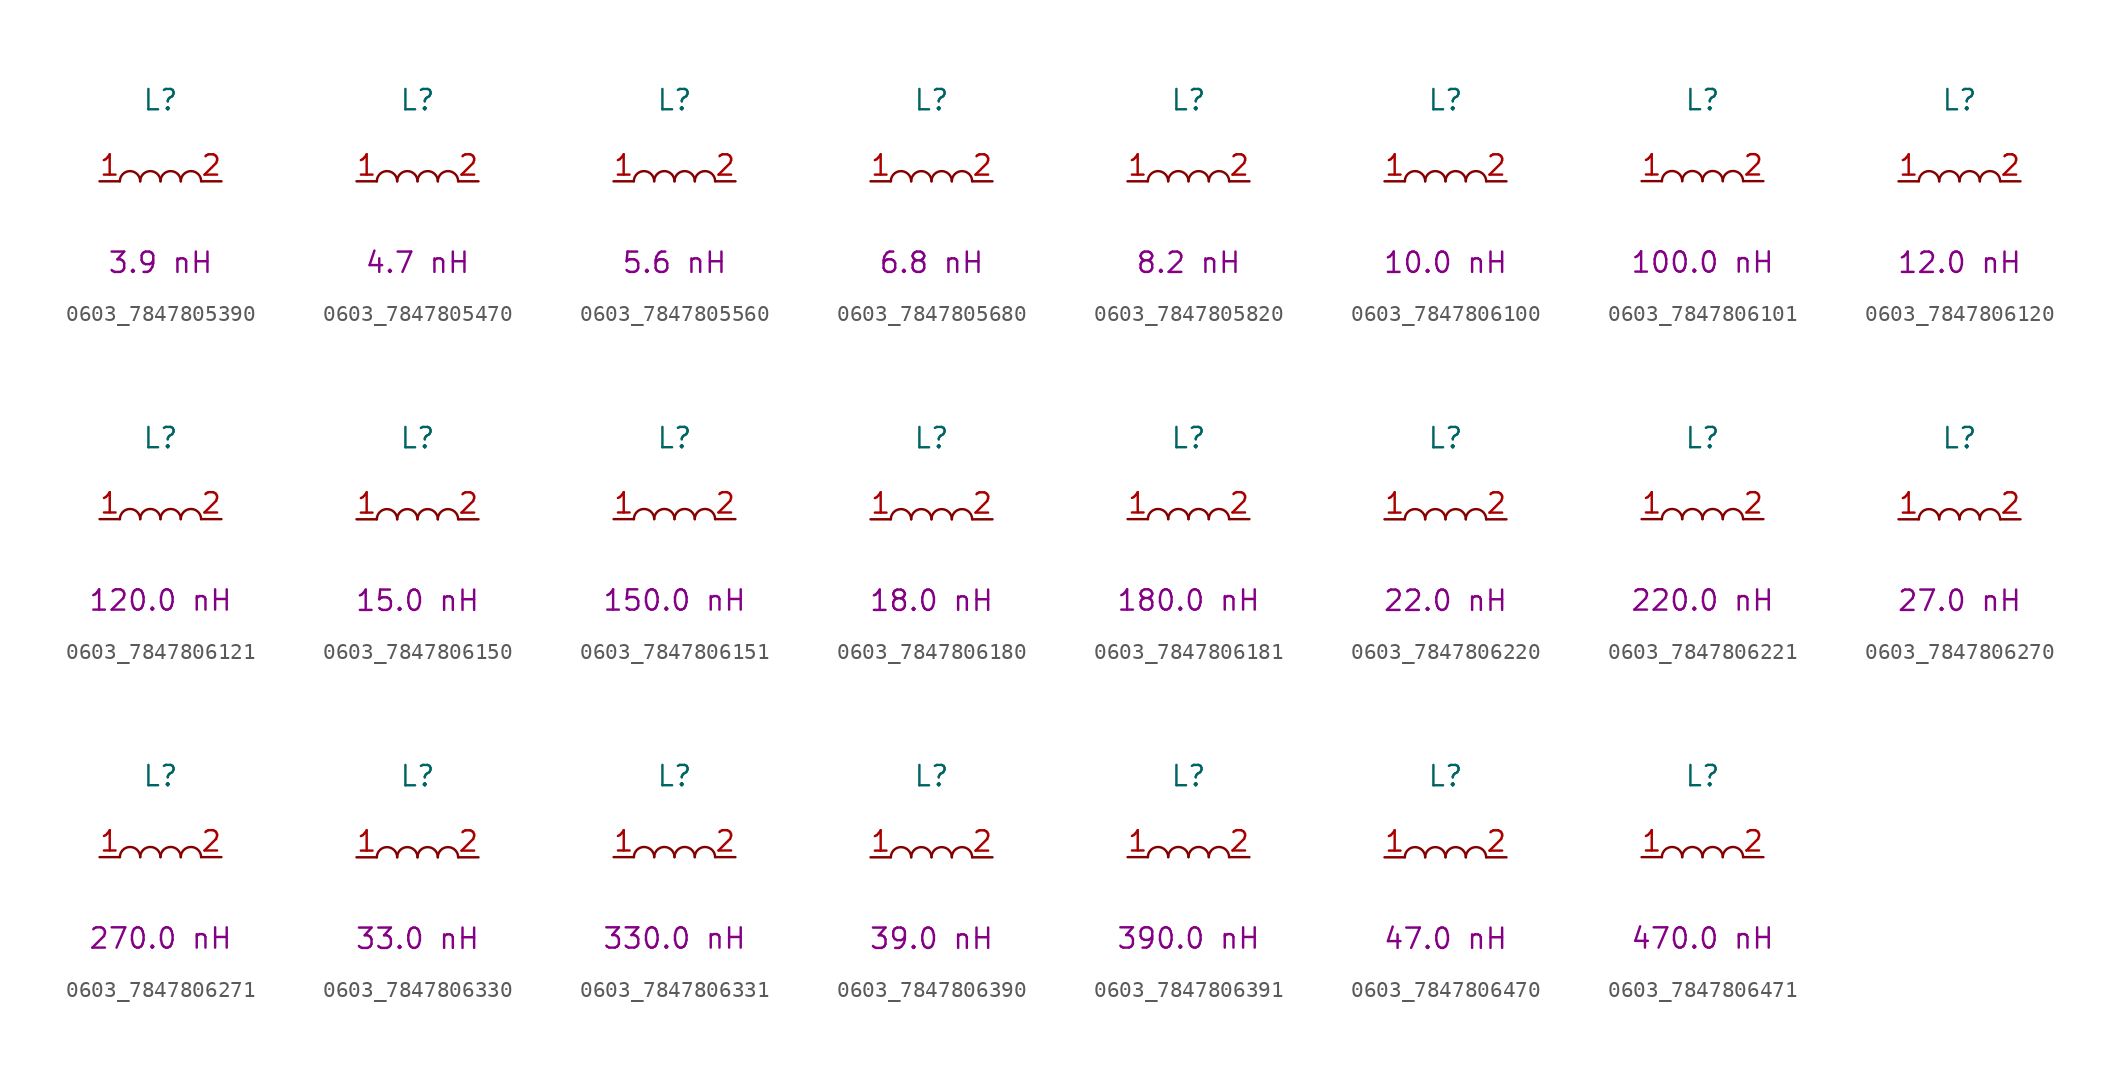
<source format=kicad_sym>
(kicad_symbol_lib
  (version 20220914)
  (generator kicad_symbol_editor)
  (symbol "0603_7847805390"
    (pin_names hide)
    (property "Reference" "L"
      (at 0 5.08 0)
      (effects (font (size 1.27 1.27))))
    (property "Critical Parameter" "3.9 nH"
      (at 0 -5.08 0)
      (effects (font (size 1.27 1.27))))
    (symbol "0603_7847805390_0_1"
      (arc (start -1.27 0) (mid -1.905 0.6323) (end -2.54 0) (stroke (width 0) (type default)) (fill (type none)))
      (arc (start 0 0) (mid -0.635 0.6323) (end -1.27 0) (stroke (width 0) (type default)) (fill (type none)))
      (arc (start 1.27 0) (mid 0.635 0.6323) (end 0 0) (stroke (width 0) (type default)) (fill (type none)))
      (arc (start 2.54 0) (mid 1.905 0.6323) (end 1.27 0) (stroke (width 0) (type default)) (fill (type none))))
    (symbol "0603_7847805390_1_1"
      (pin passive line (at -3.81 0 0) (length 1.27) (name "1" (effects (font (size 1.27 1.27)))) (number "1" (effects (font (size 1.27 1.27)))))
      (pin passive line (at 3.81 0 180) (length 1.27) (name "2" (effects (font (size 1.27 1.27)))) (number "2" (effects (font (size 1.27 1.27)))))))
  (symbol "0603_7847805470"
    (pin_names hide)
    (property "Reference" "L"
      (at 0 5.08 0)
      (effects (font (size 1.27 1.27))))
    (property "Critical Parameter" "4.7 nH"
      (at 0 -5.08 0)
      (effects (font (size 1.27 1.27))))
    (symbol "0603_7847805470_0_1"
      (arc (start -1.27 0) (mid -1.905 0.6323) (end -2.54 0) (stroke (width 0) (type default)) (fill (type none)))
      (arc (start 0 0) (mid -0.635 0.6323) (end -1.27 0) (stroke (width 0) (type default)) (fill (type none)))
      (arc (start 1.27 0) (mid 0.635 0.6323) (end 0 0) (stroke (width 0) (type default)) (fill (type none)))
      (arc (start 2.54 0) (mid 1.905 0.6323) (end 1.27 0) (stroke (width 0) (type default)) (fill (type none))))
    (symbol "0603_7847805470_1_1"
      (pin passive line (at -3.81 0 0) (length 1.27) (name "1" (effects (font (size 1.27 1.27)))) (number "1" (effects (font (size 1.27 1.27)))))
      (pin passive line (at 3.81 0 180) (length 1.27) (name "2" (effects (font (size 1.27 1.27)))) (number "2" (effects (font (size 1.27 1.27)))))))
  (symbol "0603_7847805560"
    (pin_names hide)
    (property "Reference" "L"
      (at 0 5.08 0)
      (effects (font (size 1.27 1.27))))
    (property "Critical Parameter" "5.6 nH"
      (at 0 -5.08 0)
      (effects (font (size 1.27 1.27))))
    (symbol "0603_7847805560_0_1"
      (arc (start -1.27 0) (mid -1.905 0.6323) (end -2.54 0) (stroke (width 0) (type default)) (fill (type none)))
      (arc (start 0 0) (mid -0.635 0.6323) (end -1.27 0) (stroke (width 0) (type default)) (fill (type none)))
      (arc (start 1.27 0) (mid 0.635 0.6323) (end 0 0) (stroke (width 0) (type default)) (fill (type none)))
      (arc (start 2.54 0) (mid 1.905 0.6323) (end 1.27 0) (stroke (width 0) (type default)) (fill (type none))))
    (symbol "0603_7847805560_1_1"
      (pin passive line (at -3.81 0 0) (length 1.27) (name "1" (effects (font (size 1.27 1.27)))) (number "1" (effects (font (size 1.27 1.27)))))
      (pin passive line (at 3.81 0 180) (length 1.27) (name "2" (effects (font (size 1.27 1.27)))) (number "2" (effects (font (size 1.27 1.27)))))))
  (symbol "0603_7847805680"
    (pin_names hide)
    (property "Reference" "L"
      (at 0 5.08 0)
      (effects (font (size 1.27 1.27))))
    (property "Critical Parameter" "6.8 nH"
      (at 0 -5.08 0)
      (effects (font (size 1.27 1.27))))
    (symbol "0603_7847805680_0_1"
      (arc (start -1.27 0) (mid -1.905 0.6323) (end -2.54 0) (stroke (width 0) (type default)) (fill (type none)))
      (arc (start 0 0) (mid -0.635 0.6323) (end -1.27 0) (stroke (width 0) (type default)) (fill (type none)))
      (arc (start 1.27 0) (mid 0.635 0.6323) (end 0 0) (stroke (width 0) (type default)) (fill (type none)))
      (arc (start 2.54 0) (mid 1.905 0.6323) (end 1.27 0) (stroke (width 0) (type default)) (fill (type none))))
    (symbol "0603_7847805680_1_1"
      (pin passive line (at -3.81 0 0) (length 1.27) (name "1" (effects (font (size 1.27 1.27)))) (number "1" (effects (font (size 1.27 1.27)))))
      (pin passive line (at 3.81 0 180) (length 1.27) (name "2" (effects (font (size 1.27 1.27)))) (number "2" (effects (font (size 1.27 1.27)))))))
  (symbol "0603_7847805820"
    (pin_names hide)
    (property "Reference" "L"
      (at 0 5.08 0)
      (effects (font (size 1.27 1.27))))
    (property "Critical Parameter" "8.2 nH"
      (at 0 -5.08 0)
      (effects (font (size 1.27 1.27))))
    (symbol "0603_7847805820_0_1"
      (arc (start -1.27 0) (mid -1.905 0.6323) (end -2.54 0) (stroke (width 0) (type default)) (fill (type none)))
      (arc (start 0 0) (mid -0.635 0.6323) (end -1.27 0) (stroke (width 0) (type default)) (fill (type none)))
      (arc (start 1.27 0) (mid 0.635 0.6323) (end 0 0) (stroke (width 0) (type default)) (fill (type none)))
      (arc (start 2.54 0) (mid 1.905 0.6323) (end 1.27 0) (stroke (width 0) (type default)) (fill (type none))))
    (symbol "0603_7847805820_1_1"
      (pin passive line (at -3.81 0 0) (length 1.27) (name "1" (effects (font (size 1.27 1.27)))) (number "1" (effects (font (size 1.27 1.27)))))
      (pin passive line (at 3.81 0 180) (length 1.27) (name "2" (effects (font (size 1.27 1.27)))) (number "2" (effects (font (size 1.27 1.27)))))))
  (symbol "0603_7847806100"
    (pin_names hide)
    (property "Reference" "L"
      (at 0 5.08 0)
      (effects (font (size 1.27 1.27))))
    (property "Critical Parameter" "10.0 nH"
      (at 0 -5.08 0)
      (effects (font (size 1.27 1.27))))
    (symbol "0603_7847806100_0_1"
      (arc (start -1.27 0) (mid -1.905 0.6323) (end -2.54 0) (stroke (width 0) (type default)) (fill (type none)))
      (arc (start 0 0) (mid -0.635 0.6323) (end -1.27 0) (stroke (width 0) (type default)) (fill (type none)))
      (arc (start 1.27 0) (mid 0.635 0.6323) (end 0 0) (stroke (width 0) (type default)) (fill (type none)))
      (arc (start 2.54 0) (mid 1.905 0.6323) (end 1.27 0) (stroke (width 0) (type default)) (fill (type none))))
    (symbol "0603_7847806100_1_1"
      (pin passive line (at -3.81 0 0) (length 1.27) (name "1" (effects (font (size 1.27 1.27)))) (number "1" (effects (font (size 1.27 1.27)))))
      (pin passive line (at 3.81 0 180) (length 1.27) (name "2" (effects (font (size 1.27 1.27)))) (number "2" (effects (font (size 1.27 1.27)))))))
  (symbol "0603_7847806101"
    (pin_names hide)
    (property "Reference" "L"
      (at 0 5.08 0)
      (effects (font (size 1.27 1.27))))
    (property "Critical Parameter" "100.0 nH"
      (at 0 -5.08 0)
      (effects (font (size 1.27 1.27))))
    (symbol "0603_7847806101_0_1"
      (arc (start -1.27 0) (mid -1.905 0.6323) (end -2.54 0) (stroke (width 0) (type default)) (fill (type none)))
      (arc (start 0 0) (mid -0.635 0.6323) (end -1.27 0) (stroke (width 0) (type default)) (fill (type none)))
      (arc (start 1.27 0) (mid 0.635 0.6323) (end 0 0) (stroke (width 0) (type default)) (fill (type none)))
      (arc (start 2.54 0) (mid 1.905 0.6323) (end 1.27 0) (stroke (width 0) (type default)) (fill (type none))))
    (symbol "0603_7847806101_1_1"
      (pin passive line (at -3.81 0 0) (length 1.27) (name "1" (effects (font (size 1.27 1.27)))) (number "1" (effects (font (size 1.27 1.27)))))
      (pin passive line (at 3.81 0 180) (length 1.27) (name "2" (effects (font (size 1.27 1.27)))) (number "2" (effects (font (size 1.27 1.27)))))))
  (symbol "0603_7847806120"
    (pin_names hide)
    (property "Reference" "L"
      (at 0 5.08 0)
      (effects (font (size 1.27 1.27))))
    (property "Critical Parameter" "12.0 nH"
      (at 0 -5.08 0)
      (effects (font (size 1.27 1.27))))
    (symbol "0603_7847806120_0_1"
      (arc (start -1.27 0) (mid -1.905 0.6323) (end -2.54 0) (stroke (width 0) (type default)) (fill (type none)))
      (arc (start 0 0) (mid -0.635 0.6323) (end -1.27 0) (stroke (width 0) (type default)) (fill (type none)))
      (arc (start 1.27 0) (mid 0.635 0.6323) (end 0 0) (stroke (width 0) (type default)) (fill (type none)))
      (arc (start 2.54 0) (mid 1.905 0.6323) (end 1.27 0) (stroke (width 0) (type default)) (fill (type none))))
    (symbol "0603_7847806120_1_1"
      (pin passive line (at -3.81 0 0) (length 1.27) (name "1" (effects (font (size 1.27 1.27)))) (number "1" (effects (font (size 1.27 1.27)))))
      (pin passive line (at 3.81 0 180) (length 1.27) (name "2" (effects (font (size 1.27 1.27)))) (number "2" (effects (font (size 1.27 1.27)))))))
  (symbol "0603_7847806121"
    (pin_names hide)
    (property "Reference" "L"
      (at 0 5.08 0)
      (effects (font (size 1.27 1.27))))
    (property "Critical Parameter" "120.0 nH"
      (at 0 -5.08 0)
      (effects (font (size 1.27 1.27))))
    (symbol "0603_7847806121_0_1"
      (arc (start -1.27 0) (mid -1.905 0.6323) (end -2.54 0) (stroke (width 0) (type default)) (fill (type none)))
      (arc (start 0 0) (mid -0.635 0.6323) (end -1.27 0) (stroke (width 0) (type default)) (fill (type none)))
      (arc (start 1.27 0) (mid 0.635 0.6323) (end 0 0) (stroke (width 0) (type default)) (fill (type none)))
      (arc (start 2.54 0) (mid 1.905 0.6323) (end 1.27 0) (stroke (width 0) (type default)) (fill (type none))))
    (symbol "0603_7847806121_1_1"
      (pin passive line (at -3.81 0 0) (length 1.27) (name "1" (effects (font (size 1.27 1.27)))) (number "1" (effects (font (size 1.27 1.27)))))
      (pin passive line (at 3.81 0 180) (length 1.27) (name "2" (effects (font (size 1.27 1.27)))) (number "2" (effects (font (size 1.27 1.27)))))))
  (symbol "0603_7847806150"
    (pin_names hide)
    (property "Reference" "L"
      (at 0 5.08 0)
      (effects (font (size 1.27 1.27))))
    (property "Critical Parameter" "15.0 nH"
      (at 0 -5.08 0)
      (effects (font (size 1.27 1.27))))
    (symbol "0603_7847806150_0_1"
      (arc (start -1.27 0) (mid -1.905 0.6323) (end -2.54 0) (stroke (width 0) (type default)) (fill (type none)))
      (arc (start 0 0) (mid -0.635 0.6323) (end -1.27 0) (stroke (width 0) (type default)) (fill (type none)))
      (arc (start 1.27 0) (mid 0.635 0.6323) (end 0 0) (stroke (width 0) (type default)) (fill (type none)))
      (arc (start 2.54 0) (mid 1.905 0.6323) (end 1.27 0) (stroke (width 0) (type default)) (fill (type none))))
    (symbol "0603_7847806150_1_1"
      (pin passive line (at -3.81 0 0) (length 1.27) (name "1" (effects (font (size 1.27 1.27)))) (number "1" (effects (font (size 1.27 1.27)))))
      (pin passive line (at 3.81 0 180) (length 1.27) (name "2" (effects (font (size 1.27 1.27)))) (number "2" (effects (font (size 1.27 1.27)))))))
  (symbol "0603_7847806151"
    (pin_names hide)
    (property "Reference" "L"
      (at 0 5.08 0)
      (effects (font (size 1.27 1.27))))
    (property "Critical Parameter" "150.0 nH"
      (at 0 -5.08 0)
      (effects (font (size 1.27 1.27))))
    (symbol "0603_7847806151_0_1"
      (arc (start -1.27 0) (mid -1.905 0.6323) (end -2.54 0) (stroke (width 0) (type default)) (fill (type none)))
      (arc (start 0 0) (mid -0.635 0.6323) (end -1.27 0) (stroke (width 0) (type default)) (fill (type none)))
      (arc (start 1.27 0) (mid 0.635 0.6323) (end 0 0) (stroke (width 0) (type default)) (fill (type none)))
      (arc (start 2.54 0) (mid 1.905 0.6323) (end 1.27 0) (stroke (width 0) (type default)) (fill (type none))))
    (symbol "0603_7847806151_1_1"
      (pin passive line (at -3.81 0 0) (length 1.27) (name "1" (effects (font (size 1.27 1.27)))) (number "1" (effects (font (size 1.27 1.27)))))
      (pin passive line (at 3.81 0 180) (length 1.27) (name "2" (effects (font (size 1.27 1.27)))) (number "2" (effects (font (size 1.27 1.27)))))))
  (symbol "0603_7847806180"
    (pin_names hide)
    (property "Reference" "L"
      (at 0 5.08 0)
      (effects (font (size 1.27 1.27))))
    (property "Critical Parameter" "18.0 nH"
      (at 0 -5.08 0)
      (effects (font (size 1.27 1.27))))
    (symbol "0603_7847806180_0_1"
      (arc (start -1.27 0) (mid -1.905 0.6323) (end -2.54 0) (stroke (width 0) (type default)) (fill (type none)))
      (arc (start 0 0) (mid -0.635 0.6323) (end -1.27 0) (stroke (width 0) (type default)) (fill (type none)))
      (arc (start 1.27 0) (mid 0.635 0.6323) (end 0 0) (stroke (width 0) (type default)) (fill (type none)))
      (arc (start 2.54 0) (mid 1.905 0.6323) (end 1.27 0) (stroke (width 0) (type default)) (fill (type none))))
    (symbol "0603_7847806180_1_1"
      (pin passive line (at -3.81 0 0) (length 1.27) (name "1" (effects (font (size 1.27 1.27)))) (number "1" (effects (font (size 1.27 1.27)))))
      (pin passive line (at 3.81 0 180) (length 1.27) (name "2" (effects (font (size 1.27 1.27)))) (number "2" (effects (font (size 1.27 1.27)))))))
  (symbol "0603_7847806181"
    (pin_names hide)
    (property "Reference" "L"
      (at 0 5.08 0)
      (effects (font (size 1.27 1.27))))
    (property "Critical Parameter" "180.0 nH"
      (at 0 -5.08 0)
      (effects (font (size 1.27 1.27))))
    (symbol "0603_7847806181_0_1"
      (arc (start -1.27 0) (mid -1.905 0.6323) (end -2.54 0) (stroke (width 0) (type default)) (fill (type none)))
      (arc (start 0 0) (mid -0.635 0.6323) (end -1.27 0) (stroke (width 0) (type default)) (fill (type none)))
      (arc (start 1.27 0) (mid 0.635 0.6323) (end 0 0) (stroke (width 0) (type default)) (fill (type none)))
      (arc (start 2.54 0) (mid 1.905 0.6323) (end 1.27 0) (stroke (width 0) (type default)) (fill (type none))))
    (symbol "0603_7847806181_1_1"
      (pin passive line (at -3.81 0 0) (length 1.27) (name "1" (effects (font (size 1.27 1.27)))) (number "1" (effects (font (size 1.27 1.27)))))
      (pin passive line (at 3.81 0 180) (length 1.27) (name "2" (effects (font (size 1.27 1.27)))) (number "2" (effects (font (size 1.27 1.27)))))))
  (symbol "0603_7847806220"
    (pin_names hide)
    (property "Reference" "L"
      (at 0 5.08 0)
      (effects (font (size 1.27 1.27))))
    (property "Critical Parameter" "22.0 nH"
      (at 0 -5.08 0)
      (effects (font (size 1.27 1.27))))
    (symbol "0603_7847806220_0_1"
      (arc (start -1.27 0) (mid -1.905 0.6323) (end -2.54 0) (stroke (width 0) (type default)) (fill (type none)))
      (arc (start 0 0) (mid -0.635 0.6323) (end -1.27 0) (stroke (width 0) (type default)) (fill (type none)))
      (arc (start 1.27 0) (mid 0.635 0.6323) (end 0 0) (stroke (width 0) (type default)) (fill (type none)))
      (arc (start 2.54 0) (mid 1.905 0.6323) (end 1.27 0) (stroke (width 0) (type default)) (fill (type none))))
    (symbol "0603_7847806220_1_1"
      (pin passive line (at -3.81 0 0) (length 1.27) (name "1" (effects (font (size 1.27 1.27)))) (number "1" (effects (font (size 1.27 1.27)))))
      (pin passive line (at 3.81 0 180) (length 1.27) (name "2" (effects (font (size 1.27 1.27)))) (number "2" (effects (font (size 1.27 1.27)))))))
  (symbol "0603_7847806221"
    (pin_names hide)
    (property "Reference" "L"
      (at 0 5.08 0)
      (effects (font (size 1.27 1.27))))
    (property "Critical Parameter" "220.0 nH"
      (at 0 -5.08 0)
      (effects (font (size 1.27 1.27))))
    (symbol "0603_7847806221_0_1"
      (arc (start -1.27 0) (mid -1.905 0.6323) (end -2.54 0) (stroke (width 0) (type default)) (fill (type none)))
      (arc (start 0 0) (mid -0.635 0.6323) (end -1.27 0) (stroke (width 0) (type default)) (fill (type none)))
      (arc (start 1.27 0) (mid 0.635 0.6323) (end 0 0) (stroke (width 0) (type default)) (fill (type none)))
      (arc (start 2.54 0) (mid 1.905 0.6323) (end 1.27 0) (stroke (width 0) (type default)) (fill (type none))))
    (symbol "0603_7847806221_1_1"
      (pin passive line (at -3.81 0 0) (length 1.27) (name "1" (effects (font (size 1.27 1.27)))) (number "1" (effects (font (size 1.27 1.27)))))
      (pin passive line (at 3.81 0 180) (length 1.27) (name "2" (effects (font (size 1.27 1.27)))) (number "2" (effects (font (size 1.27 1.27)))))))
  (symbol "0603_7847806270"
    (pin_names hide)
    (property "Reference" "L"
      (at 0 5.08 0)
      (effects (font (size 1.27 1.27))))
    (property "Critical Parameter" "27.0 nH"
      (at 0 -5.08 0)
      (effects (font (size 1.27 1.27))))
    (symbol "0603_7847806270_0_1"
      (arc (start -1.27 0) (mid -1.905 0.6323) (end -2.54 0) (stroke (width 0) (type default)) (fill (type none)))
      (arc (start 0 0) (mid -0.635 0.6323) (end -1.27 0) (stroke (width 0) (type default)) (fill (type none)))
      (arc (start 1.27 0) (mid 0.635 0.6323) (end 0 0) (stroke (width 0) (type default)) (fill (type none)))
      (arc (start 2.54 0) (mid 1.905 0.6323) (end 1.27 0) (stroke (width 0) (type default)) (fill (type none))))
    (symbol "0603_7847806270_1_1"
      (pin passive line (at -3.81 0 0) (length 1.27) (name "1" (effects (font (size 1.27 1.27)))) (number "1" (effects (font (size 1.27 1.27)))))
      (pin passive line (at 3.81 0 180) (length 1.27) (name "2" (effects (font (size 1.27 1.27)))) (number "2" (effects (font (size 1.27 1.27)))))))
  (symbol "0603_7847806271"
    (pin_names hide)
    (property "Reference" "L"
      (at 0 5.08 0)
      (effects (font (size 1.27 1.27))))
    (property "Critical Parameter" "270.0 nH"
      (at 0 -5.08 0)
      (effects (font (size 1.27 1.27))))
    (symbol "0603_7847806271_0_1"
      (arc (start -1.27 0) (mid -1.905 0.6323) (end -2.54 0) (stroke (width 0) (type default)) (fill (type none)))
      (arc (start 0 0) (mid -0.635 0.6323) (end -1.27 0) (stroke (width 0) (type default)) (fill (type none)))
      (arc (start 1.27 0) (mid 0.635 0.6323) (end 0 0) (stroke (width 0) (type default)) (fill (type none)))
      (arc (start 2.54 0) (mid 1.905 0.6323) (end 1.27 0) (stroke (width 0) (type default)) (fill (type none))))
    (symbol "0603_7847806271_1_1"
      (pin passive line (at -3.81 0 0) (length 1.27) (name "1" (effects (font (size 1.27 1.27)))) (number "1" (effects (font (size 1.27 1.27)))))
      (pin passive line (at 3.81 0 180) (length 1.27) (name "2" (effects (font (size 1.27 1.27)))) (number "2" (effects (font (size 1.27 1.27)))))))
  (symbol "0603_7847806330"
    (pin_names hide)
    (property "Reference" "L"
      (at 0 5.08 0)
      (effects (font (size 1.27 1.27))))
    (property "Critical Parameter" "33.0 nH"
      (at 0 -5.08 0)
      (effects (font (size 1.27 1.27))))
    (symbol "0603_7847806330_0_1"
      (arc (start -1.27 0) (mid -1.905 0.6323) (end -2.54 0) (stroke (width 0) (type default)) (fill (type none)))
      (arc (start 0 0) (mid -0.635 0.6323) (end -1.27 0) (stroke (width 0) (type default)) (fill (type none)))
      (arc (start 1.27 0) (mid 0.635 0.6323) (end 0 0) (stroke (width 0) (type default)) (fill (type none)))
      (arc (start 2.54 0) (mid 1.905 0.6323) (end 1.27 0) (stroke (width 0) (type default)) (fill (type none))))
    (symbol "0603_7847806330_1_1"
      (pin passive line (at -3.81 0 0) (length 1.27) (name "1" (effects (font (size 1.27 1.27)))) (number "1" (effects (font (size 1.27 1.27)))))
      (pin passive line (at 3.81 0 180) (length 1.27) (name "2" (effects (font (size 1.27 1.27)))) (number "2" (effects (font (size 1.27 1.27)))))))
  (symbol "0603_7847806331"
    (pin_names hide)
    (property "Reference" "L"
      (at 0 5.08 0)
      (effects (font (size 1.27 1.27))))
    (property "Critical Parameter" "330.0 nH"
      (at 0 -5.08 0)
      (effects (font (size 1.27 1.27))))
    (symbol "0603_7847806331_0_1"
      (arc (start -1.27 0) (mid -1.905 0.6323) (end -2.54 0) (stroke (width 0) (type default)) (fill (type none)))
      (arc (start 0 0) (mid -0.635 0.6323) (end -1.27 0) (stroke (width 0) (type default)) (fill (type none)))
      (arc (start 1.27 0) (mid 0.635 0.6323) (end 0 0) (stroke (width 0) (type default)) (fill (type none)))
      (arc (start 2.54 0) (mid 1.905 0.6323) (end 1.27 0) (stroke (width 0) (type default)) (fill (type none))))
    (symbol "0603_7847806331_1_1"
      (pin passive line (at -3.81 0 0) (length 1.27) (name "1" (effects (font (size 1.27 1.27)))) (number "1" (effects (font (size 1.27 1.27)))))
      (pin passive line (at 3.81 0 180) (length 1.27) (name "2" (effects (font (size 1.27 1.27)))) (number "2" (effects (font (size 1.27 1.27)))))))
  (symbol "0603_7847806390"
    (pin_names hide)
    (property "Reference" "L"
      (at 0 5.08 0)
      (effects (font (size 1.27 1.27))))
    (property "Critical Parameter" "39.0 nH"
      (at 0 -5.08 0)
      (effects (font (size 1.27 1.27))))
    (symbol "0603_7847806390_0_1"
      (arc (start -1.27 0) (mid -1.905 0.6323) (end -2.54 0) (stroke (width 0) (type default)) (fill (type none)))
      (arc (start 0 0) (mid -0.635 0.6323) (end -1.27 0) (stroke (width 0) (type default)) (fill (type none)))
      (arc (start 1.27 0) (mid 0.635 0.6323) (end 0 0) (stroke (width 0) (type default)) (fill (type none)))
      (arc (start 2.54 0) (mid 1.905 0.6323) (end 1.27 0) (stroke (width 0) (type default)) (fill (type none))))
    (symbol "0603_7847806390_1_1"
      (pin passive line (at -3.81 0 0) (length 1.27) (name "1" (effects (font (size 1.27 1.27)))) (number "1" (effects (font (size 1.27 1.27)))))
      (pin passive line (at 3.81 0 180) (length 1.27) (name "2" (effects (font (size 1.27 1.27)))) (number "2" (effects (font (size 1.27 1.27)))))))
  (symbol "0603_7847806391"
    (pin_names hide)
    (property "Reference" "L"
      (at 0 5.08 0)
      (effects (font (size 1.27 1.27))))
    (property "Critical Parameter" "390.0 nH"
      (at 0 -5.08 0)
      (effects (font (size 1.27 1.27))))
    (symbol "0603_7847806391_0_1"
      (arc (start -1.27 0) (mid -1.905 0.6323) (end -2.54 0) (stroke (width 0) (type default)) (fill (type none)))
      (arc (start 0 0) (mid -0.635 0.6323) (end -1.27 0) (stroke (width 0) (type default)) (fill (type none)))
      (arc (start 1.27 0) (mid 0.635 0.6323) (end 0 0) (stroke (width 0) (type default)) (fill (type none)))
      (arc (start 2.54 0) (mid 1.905 0.6323) (end 1.27 0) (stroke (width 0) (type default)) (fill (type none))))
    (symbol "0603_7847806391_1_1"
      (pin passive line (at -3.81 0 0) (length 1.27) (name "1" (effects (font (size 1.27 1.27)))) (number "1" (effects (font (size 1.27 1.27)))))
      (pin passive line (at 3.81 0 180) (length 1.27) (name "2" (effects (font (size 1.27 1.27)))) (number "2" (effects (font (size 1.27 1.27)))))))
  (symbol "0603_7847806470"
    (pin_names hide)
    (property "Reference" "L"
      (at 0 5.08 0)
      (effects (font (size 1.27 1.27))))
    (property "Critical Parameter" "47.0 nH"
      (at 0 -5.08 0)
      (effects (font (size 1.27 1.27))))
    (symbol "0603_7847806470_0_1"
      (arc (start -1.27 0) (mid -1.905 0.6323) (end -2.54 0) (stroke (width 0) (type default)) (fill (type none)))
      (arc (start 0 0) (mid -0.635 0.6323) (end -1.27 0) (stroke (width 0) (type default)) (fill (type none)))
      (arc (start 1.27 0) (mid 0.635 0.6323) (end 0 0) (stroke (width 0) (type default)) (fill (type none)))
      (arc (start 2.54 0) (mid 1.905 0.6323) (end 1.27 0) (stroke (width 0) (type default)) (fill (type none))))
    (symbol "0603_7847806470_1_1"
      (pin passive line (at -3.81 0 0) (length 1.27) (name "1" (effects (font (size 1.27 1.27)))) (number "1" (effects (font (size 1.27 1.27)))))
      (pin passive line (at 3.81 0 180) (length 1.27) (name "2" (effects (font (size 1.27 1.27)))) (number "2" (effects (font (size 1.27 1.27)))))))
  (symbol "0603_7847806471"
    (pin_names hide)
    (property "Reference" "L"
      (at 0 5.08 0)
      (effects (font (size 1.27 1.27))))
    (property "Critical Parameter" "470.0 nH"
      (at 0 -5.08 0)
      (effects (font (size 1.27 1.27))))
    (symbol "0603_7847806471_0_1"
      (arc (start -1.27 0) (mid -1.905 0.6323) (end -2.54 0) (stroke (width 0) (type default)) (fill (type none)))
      (arc (start 0 0) (mid -0.635 0.6323) (end -1.27 0) (stroke (width 0) (type default)) (fill (type none)))
      (arc (start 1.27 0) (mid 0.635 0.6323) (end 0 0) (stroke (width 0) (type default)) (fill (type none)))
      (arc (start 2.54 0) (mid 1.905 0.6323) (end 1.27 0) (stroke (width 0) (type default)) (fill (type none))))
    (symbol "0603_7847806471_1_1"
      (pin passive line (at -3.81 0 0) (length 1.27) (name "1" (effects (font (size 1.27 1.27)))) (number "1" (effects (font (size 1.27 1.27)))))
      (pin passive line (at 3.81 0 180) (length 1.27) (name "2" (effects (font (size 1.27 1.27)))) (number "2" (effects (font (size 1.27 1.27))))))))
</source>
